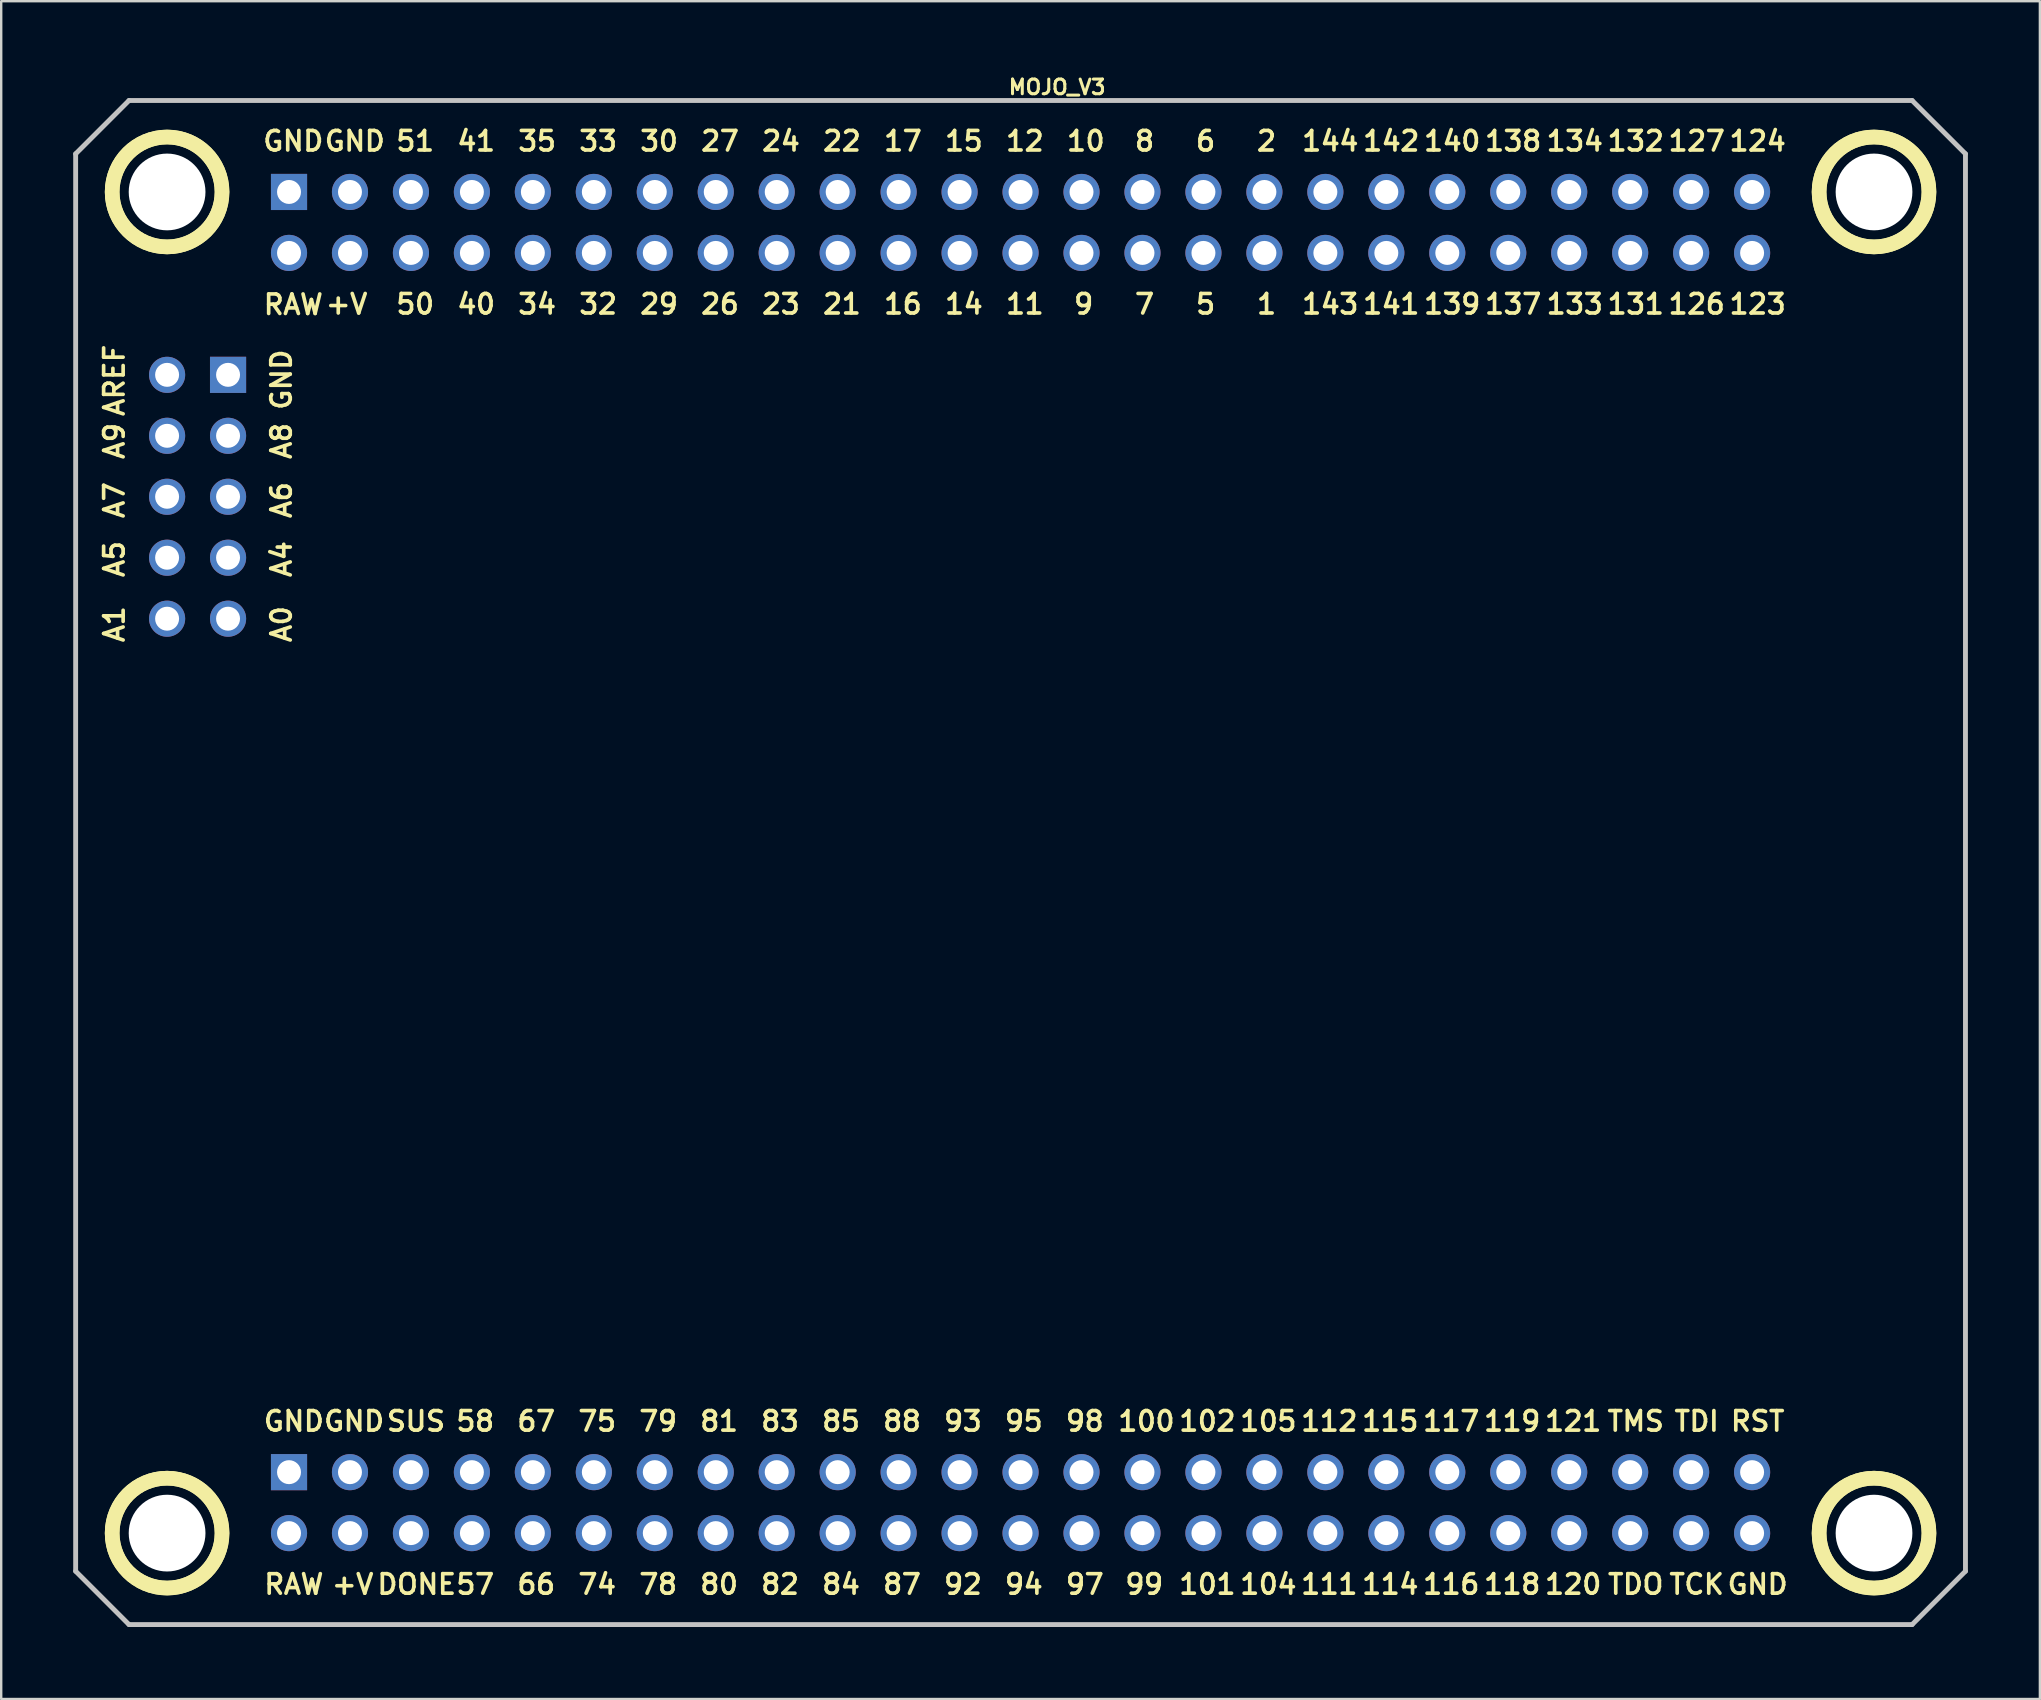
<source format=kicad_pcb>
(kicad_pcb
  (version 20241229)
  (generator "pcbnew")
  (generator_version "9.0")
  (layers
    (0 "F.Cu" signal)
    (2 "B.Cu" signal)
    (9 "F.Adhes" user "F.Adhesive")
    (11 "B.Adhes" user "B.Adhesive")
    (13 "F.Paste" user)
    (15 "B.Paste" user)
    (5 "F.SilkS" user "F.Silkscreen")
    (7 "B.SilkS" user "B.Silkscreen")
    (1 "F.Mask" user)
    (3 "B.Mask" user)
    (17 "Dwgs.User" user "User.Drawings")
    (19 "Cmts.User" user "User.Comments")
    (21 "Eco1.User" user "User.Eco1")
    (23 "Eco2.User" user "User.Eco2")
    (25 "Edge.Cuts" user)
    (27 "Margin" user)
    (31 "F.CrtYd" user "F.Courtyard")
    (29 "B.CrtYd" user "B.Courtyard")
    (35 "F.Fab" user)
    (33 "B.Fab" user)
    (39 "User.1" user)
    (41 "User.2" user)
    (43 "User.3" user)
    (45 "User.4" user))
  (footprint "MOJO_V3"
    (layer "F.Cu")
    (at 39.472 31.618)
    (property "Reference" "MOJO_V3" (at 1.524 -31.039 0) (layer "F.SilkS") (effects (font (size 0.61 0.61) (thickness 0.127))))
    (attr exclude_from_pos_files exclude_from_bom)
    (fp_circle (center -35.56 -26.67) (end -35.56 -28.959) (stroke (width 0.61) (type solid)) (fill no) (layer "F.SilkS"))
    (fp_circle (center -35.56 -26.67) (end -35.56 -28.959) (stroke (width 0.61) (type solid)) (fill no) (layer "F.SilkS"))
    (fp_circle (center -35.56 29.21) (end -35.56 26.921) (stroke (width 0.61) (type solid)) (fill no) (layer "F.SilkS"))
    (fp_circle (center -35.56 29.21) (end -35.56 26.921) (stroke (width 0.61) (type solid)) (fill no) (layer "F.SilkS"))
    (fp_circle (center 35.56 -26.67) (end 35.56 -28.959) (stroke (width 0.61) (type solid)) (fill no) (layer "F.SilkS"))
    (fp_circle (center 35.56 -26.67) (end 35.56 -28.959) (stroke (width 0.61) (type solid)) (fill no) (layer "F.SilkS"))
    (fp_circle (center 35.56 29.21) (end 35.56 26.921) (stroke (width 0.61) (type solid)) (fill no) (layer "F.SilkS"))
    (fp_circle (center 35.56 29.21) (end 35.56 26.921) (stroke (width 0.61) (type solid)) (fill no) (layer "F.SilkS"))
    (fp_line (start -39.37 -28.258) (end -39.37 30.797) (stroke (width 0.203) (type solid)) (layer "Dwgs.User"))
    (fp_line (start -39.37 30.797) (end -37.148 33.02) (stroke (width 0.203) (type solid)) (layer "Dwgs.User"))
    (fp_line (start -37.148 -30.48) (end -39.37 -28.258) (stroke (width 0.203) (type solid)) (layer "Dwgs.User"))
    (fp_line (start -37.148 33.02) (end 37.148 33.02) (stroke (width 0.203) (type solid)) (layer "Dwgs.User"))
    (fp_line (start 37.148 -30.48) (end -37.148 -30.48) (stroke (width 0.203) (type solid)) (layer "Dwgs.User"))
    (fp_line (start 37.148 33.02) (end 39.37 30.797) (stroke (width 0.203) (type solid)) (layer "Dwgs.User"))
    (fp_line (start 39.37 -28.258) (end 37.148 -30.48) (stroke (width 0.203) (type solid)) (layer "Dwgs.User"))
    (fp_line (start 39.37 30.797) (end 39.37 -28.258) (stroke (width 0.203) (type solid)) (layer "Dwgs.User"))
    (fp_text user "112" (at 12.863 24.549 0) (layer "F.SilkS") (effects (font (size 0.813 0.813) (thickness 0.152))))
    (fp_text user "124" (at 30.711 -28.788 0) (layer "F.SilkS") (effects (font (size 0.813 0.813) (thickness 0.152))))
    (fp_text user "97" (at 2.677 31.344 0) (layer "F.SilkS") (effects (font (size 0.813 0.813) (thickness 0.152))))
    (fp_text user "A5" (at -37.76 -11.372 270) (layer "F.SilkS") (effects (font (size 0.813 0.813) (thickness 0.152))))
    (fp_text user "140" (at 17.983 -28.788 0) (layer "F.SilkS") (effects (font (size 0.813 0.813) (thickness 0.152))))
    (fp_text user "78" (at -15.1 31.344 0) (layer "F.SilkS") (effects (font (size 0.813 0.813) (thickness 0.152))))
    (fp_text user "118" (at 20.483 31.344 0) (layer "F.SilkS") (effects (font (size 0.813 0.813) (thickness 0.152))))
    (fp_text user "92" (at -2.4 31.344 0) (layer "F.SilkS") (effects (font (size 0.813 0.813) (thickness 0.152))))
    (fp_text user "AREF" (at -37.76 -18.819 270) (layer "F.SilkS") (effects (font (size 0.813 0.813) (thickness 0.152))))
    (fp_text user "21" (at -7.442 -21.996 0) (layer "F.SilkS") (effects (font (size 0.813 0.813) (thickness 0.152))))
    (fp_text user "119" (at 20.483 24.549 0) (layer "F.SilkS") (effects (font (size 0.813 0.813) (thickness 0.152))))
    (fp_text user "GND" (at -30.797 -18.849 270) (layer "F.SilkS") (effects (font (size 0.813 0.813) (thickness 0.152))))
    (fp_text user "139" (at 17.983 -21.996 0) (layer "F.SilkS") (effects (font (size 0.813 0.813) (thickness 0.152))))
    (fp_text user "23" (at -9.982 -21.996 0) (layer "F.SilkS") (effects (font (size 0.813 0.813) (thickness 0.152))))
    (fp_text user "A8" (at -30.797 -16.292 270) (layer "F.SilkS") (effects (font (size 0.813 0.813) (thickness 0.152))))
    (fp_text user "RAW" (at -30.302 -21.976 0) (layer "F.SilkS") (effects (font (size 0.813 0.813) (thickness 0.152))))
    (fp_text user "+V" (at -28.08 -21.996 0) (layer "F.SilkS") (effects (font (size 0.813 0.813) (thickness 0.152))))
    (fp_text user "116" (at 17.943 31.344 0) (layer "F.SilkS") (effects (font (size 0.813 0.813) (thickness 0.152))))
    (fp_text user "105" (at 10.323 24.549 0) (layer "F.SilkS") (effects (font (size 0.813 0.813) (thickness 0.152))))
    (fp_text user "GND" (at -27.767 24.549 0) (layer "F.SilkS") (effects (font (size 0.813 0.813) (thickness 0.152))))
    (fp_text user "GND" (at -30.302 -28.788 0) (layer "F.SilkS") (effects (font (size 0.813 0.813) (thickness 0.152))))
    (fp_text user "A6" (at -30.797 -13.83 270) (layer "F.SilkS") (effects (font (size 0.813 0.813) (thickness 0.152))))
    (fp_text user "67" (at -20.18 24.549 0) (layer "F.SilkS") (effects (font (size 0.813 0.813) (thickness 0.152))))
    (fp_text user "1" (at 10.249 -21.996 0) (layer "F.SilkS") (effects (font (size 0.813 0.813) (thickness 0.152))))
    (fp_text user "57" (at -22.72 31.344 0) (layer "F.SilkS") (effects (font (size 0.813 0.813) (thickness 0.152))))
    (fp_text user "TMS" (at 25.631 24.549 0) (layer "F.SilkS") (effects (font (size 0.813 0.813) (thickness 0.152))))
    (fp_text user "TCK" (at 28.171 31.344 0) (layer "F.SilkS") (effects (font (size 0.813 0.813) (thickness 0.152))))
    (fp_text user "99" (at 5.154 31.344 0) (layer "F.SilkS") (effects (font (size 0.813 0.813) (thickness 0.152))))
    (fp_text user "82" (at -10.02 31.344 0) (layer "F.SilkS") (effects (font (size 0.813 0.813) (thickness 0.152))))
    (fp_text user "101" (at 7.783 31.344 0) (layer "F.SilkS") (effects (font (size 0.813 0.813) (thickness 0.152))))
    (fp_text user "141" (at 15.443 -21.996 0) (layer "F.SilkS") (effects (font (size 0.813 0.813) (thickness 0.152))))
    (fp_text user "8" (at 5.166 -28.788 0) (layer "F.SilkS") (effects (font (size 0.813 0.813) (thickness 0.152))))
    (fp_text user "A7" (at -37.76 -13.83 270) (layer "F.SilkS") (effects (font (size 0.813 0.813) (thickness 0.152))))
    (fp_text user "84" (at -7.48 31.344 0) (layer "F.SilkS") (effects (font (size 0.813 0.813) (thickness 0.152))))
    (fp_text user "A9" (at -37.76 -16.292 270) (layer "F.SilkS") (effects (font (size 0.813 0.813) (thickness 0.152))))
    (fp_text user "98" (at 2.677 24.549 0) (layer "F.SilkS") (effects (font (size 0.813 0.813) (thickness 0.152))))
    (fp_text user "+V" (at -27.828 31.344 0) (layer "F.SilkS") (effects (font (size 0.813 0.813) (thickness 0.152))))
    (fp_text user "24" (at -9.982 -28.788 0) (layer "F.SilkS") (effects (font (size 0.813 0.813) (thickness 0.152))))
    (fp_text user "114" (at 15.403 31.344 0) (layer "F.SilkS") (effects (font (size 0.813 0.813) (thickness 0.152))))
    (fp_text user "137" (at 20.523 -21.996 0) (layer "F.SilkS") (effects (font (size 0.813 0.813) (thickness 0.152))))
    (fp_text user "132" (at 25.631 -28.788 0) (layer "F.SilkS") (effects (font (size 0.813 0.813) (thickness 0.152))))
    (fp_text user "15" (at -2.362 -28.788 0) (layer "F.SilkS") (effects (font (size 0.813 0.813) (thickness 0.152))))
    (fp_text user "143" (at 12.903 -21.996 0) (layer "F.SilkS") (effects (font (size 0.813 0.813) (thickness 0.152))))
    (fp_text user "17" (at -4.902 -28.788 0) (layer "F.SilkS") (effects (font (size 0.813 0.813) (thickness 0.152))))
    (fp_text user "9" (at 2.629 -21.996 0) (layer "F.SilkS") (effects (font (size 0.813 0.813) (thickness 0.152))))
    (fp_text user "29" (at -15.062 -21.996 0) (layer "F.SilkS") (effects (font (size 0.813 0.813) (thickness 0.152))))
    (fp_text user "7" (at 5.166 -21.996 0) (layer "F.SilkS") (effects (font (size 0.813 0.813) (thickness 0.152))))
    (fp_text user "58" (at -22.72 24.549 0) (layer "F.SilkS") (effects (font (size 0.813 0.813) (thickness 0.152))))
    (fp_text user "11" (at 0.178 -21.996 0) (layer "F.SilkS") (effects (font (size 0.813 0.813) (thickness 0.152))))
    (fp_text user "GND" (at -27.739 -28.788 0) (layer "F.SilkS") (effects (font (size 0.813 0.813) (thickness 0.152))))
    (fp_text user "66" (at -20.18 31.344 0) (layer "F.SilkS") (effects (font (size 0.813 0.813) (thickness 0.152))))
    (fp_text user "RAW" (at -30.279 31.344 0) (layer "F.SilkS") (effects (font (size 0.813 0.813) (thickness 0.152))))
    (fp_text user "A1" (at -37.76 -8.661 270) (layer "F.SilkS") (effects (font (size 0.813 0.813) (thickness 0.152))))
    (fp_text user "88" (at -4.94 24.549 0) (layer "F.SilkS") (effects (font (size 0.813 0.813) (thickness 0.152))))
    (fp_text user "121" (at 23.023 24.549 0) (layer "F.SilkS") (effects (font (size 0.813 0.813) (thickness 0.152))))
    (fp_text user "120" (at 23.023 31.344 0) (layer "F.SilkS") (effects (font (size 0.813 0.813) (thickness 0.152))))
    (fp_text user "127" (at 28.171 -28.788 0) (layer "F.SilkS") (effects (font (size 0.813 0.813) (thickness 0.152))))
    (fp_text user "117" (at 17.943 24.549 0) (layer "F.SilkS") (effects (font (size 0.813 0.813) (thickness 0.152))))
    (fp_text user "102" (at 7.783 24.549 0) (layer "F.SilkS") (effects (font (size 0.813 0.813) (thickness 0.152))))
    (fp_text user "94" (at 0.137 31.344 0) (layer "F.SilkS") (effects (font (size 0.813 0.813) (thickness 0.152))))
    (fp_text user "2" (at 10.249 -28.788 0) (layer "F.SilkS") (effects (font (size 0.813 0.813) (thickness 0.152))))
    (fp_text user "22" (at -7.442 -28.788 0) (layer "F.SilkS") (effects (font (size 0.813 0.813) (thickness 0.152))))
    (fp_text user "134" (at 23.091 -28.788 0) (layer "F.SilkS") (effects (font (size 0.813 0.813) (thickness 0.152))))
    (fp_text user "74" (at -17.64 31.344 0) (layer "F.SilkS") (effects (font (size 0.813 0.813) (thickness 0.152))))
    (fp_text user "32" (at -17.6 -21.996 0) (layer "F.SilkS") (effects (font (size 0.813 0.813) (thickness 0.152))))
    (fp_text user "34" (at -20.142 -21.996 0) (layer "F.SilkS") (effects (font (size 0.813 0.813) (thickness 0.152))))
    (fp_text user "85" (at -7.48 24.549 0) (layer "F.SilkS") (effects (font (size 0.813 0.813) (thickness 0.152))))
    (fp_text user "87" (at -4.94 31.344 0) (layer "F.SilkS") (effects (font (size 0.813 0.813) (thickness 0.152))))
    (fp_text user "6" (at 7.709 -28.788 0) (layer "F.SilkS") (effects (font (size 0.813 0.813) (thickness 0.152))))
    (fp_text user "26" (at -12.522 -21.996 0) (layer "F.SilkS") (effects (font (size 0.813 0.813) (thickness 0.152))))
    (fp_text user "A4" (at -30.797 -11.372 270) (layer "F.SilkS") (effects (font (size 0.813 0.813) (thickness 0.152))))
    (fp_text user "16" (at -4.902 -21.996 0) (layer "F.SilkS") (effects (font (size 0.813 0.813) (thickness 0.152))))
    (fp_text user "95" (at 0.137 24.549 0) (layer "F.SilkS") (effects (font (size 0.813 0.813) (thickness 0.152))))
    (fp_text user "142" (at 15.443 -28.788 0) (layer "F.SilkS") (effects (font (size 0.813 0.813) (thickness 0.152))))
    (fp_text user "51" (at -25.222 -28.788 0) (layer "F.SilkS") (effects (font (size 0.813 0.813) (thickness 0.152))))
    (fp_text user "27" (at -12.522 -28.788 0) (layer "F.SilkS") (effects (font (size 0.813 0.813) (thickness 0.152))))
    (fp_text user "138" (at 20.523 -28.788 0) (layer "F.SilkS") (effects (font (size 0.813 0.813) (thickness 0.152))))
    (fp_text user "93" (at -2.4 24.549 0) (layer "F.SilkS") (effects (font (size 0.813 0.813) (thickness 0.152))))
    (fp_text user "133" (at 23.091 -21.996 0) (layer "F.SilkS") (effects (font (size 0.813 0.813) (thickness 0.152))))
    (fp_text user "SUS" (at -25.189 24.549 0) (layer "F.SilkS") (effects (font (size 0.813 0.813) (thickness 0.152))))
    (fp_text user "RST" (at 30.711 24.549 0) (layer "F.SilkS") (effects (font (size 0.813 0.813) (thickness 0.152))))
    (fp_text user "104" (at 10.323 31.344 0) (layer "F.SilkS") (effects (font (size 0.813 0.813) (thickness 0.152))))
    (fp_text user "GND" (at 30.711 31.344 0) (layer "F.SilkS") (effects (font (size 0.813 0.813) (thickness 0.152))))
    (fp_text user "83" (at -10.02 24.549 0) (layer "F.SilkS") (effects (font (size 0.813 0.813) (thickness 0.152))))
    (fp_text user "GND" (at -30.277 24.549 0) (layer "F.SilkS") (effects (font (size 0.813 0.813) (thickness 0.152))))
    (fp_text user "80" (at -12.56 31.344 0) (layer "F.SilkS") (effects (font (size 0.813 0.813) (thickness 0.152))))
    (fp_text user "100" (at 5.243 24.549 0) (layer "F.SilkS") (effects (font (size 0.813 0.813) (thickness 0.152))))
    (fp_text user "5" (at 7.709 -21.996 0) (layer "F.SilkS") (effects (font (size 0.813 0.813) (thickness 0.152))))
    (fp_text user "115" (at 15.403 24.549 0) (layer "F.SilkS") (effects (font (size 0.813 0.813) (thickness 0.152))))
    (fp_text user "DONE" (at -25.159 31.344 0) (layer "F.SilkS") (effects (font (size 0.813 0.813) (thickness 0.152))))
    (fp_text user "33" (at -17.6 -28.788 0) (layer "F.SilkS") (effects (font (size 0.813 0.813) (thickness 0.152))))
    (fp_text user "40" (at -22.682 -21.996 0) (layer "F.SilkS") (effects (font (size 0.813 0.813) (thickness 0.152))))
    (fp_text user "35" (at -20.142 -28.788 0) (layer "F.SilkS") (effects (font (size 0.813 0.813) (thickness 0.152))))
    (fp_text user "111" (at 12.863 31.344 0) (layer "F.SilkS") (effects (font (size 0.813 0.813) (thickness 0.152))))
    (fp_text user "75" (at -17.64 24.549 0) (layer "F.SilkS") (effects (font (size 0.813 0.813) (thickness 0.152))))
    (fp_text user "144" (at 12.903 -28.788 0) (layer "F.SilkS") (effects (font (size 0.813 0.813) (thickness 0.152))))
    (fp_text user "123" (at 30.711 -21.996 0) (layer "F.SilkS") (effects (font (size 0.813 0.813) (thickness 0.152))))
    (fp_text user "30" (at -15.062 -28.788 0) (layer "F.SilkS") (effects (font (size 0.813 0.813) (thickness 0.152))))
    (fp_text user "41" (at -22.682 -28.788 0) (layer "F.SilkS") (effects (font (size 0.813 0.813) (thickness 0.152))))
    (fp_text user "10" (at 2.718 -28.788 0) (layer "F.SilkS") (effects (font (size 0.813 0.813) (thickness 0.152))))
    (fp_text user "TDI" (at 28.171 24.549 0) (layer "F.SilkS") (effects (font (size 0.813 0.813) (thickness 0.152))))
    (fp_text user "126" (at 28.171 -21.996 0) (layer "F.SilkS") (effects (font (size 0.813 0.813) (thickness 0.152))))
    (fp_text user "79" (at -15.1 24.549 0) (layer "F.SilkS") (effects (font (size 0.813 0.813) (thickness 0.152))))
    (fp_text user "81" (at -12.56 24.549 0) (layer "F.SilkS") (effects (font (size 0.813 0.813) (thickness 0.152))))
    (fp_text user "A0" (at -30.797 -8.661 270) (layer "F.SilkS") (effects (font (size 0.813 0.813) (thickness 0.152))))
    (fp_text user "14" (at -2.362 -21.996 0) (layer "F.SilkS") (effects (font (size 0.813 0.813) (thickness 0.152))))
    (fp_text user "131" (at 25.631 -21.996 0) (layer "F.SilkS") (effects (font (size 0.813 0.813) (thickness 0.152))))
    (fp_text user "TDO" (at 25.631 31.344 0) (layer "F.SilkS") (effects (font (size 0.813 0.813) (thickness 0.152))))
    (fp_text user "50" (at -25.222 -21.996 0) (layer "F.SilkS") (effects (font (size 0.813 0.813) (thickness 0.152))))
    (fp_text user "12" (at 0.178 -28.788 0) (layer "F.SilkS") (effects (font (size 0.813 0.813) (thickness 0.152))))
    (pad "" np_thru_hole circle (at -35.56 -26.67) (size 3.198 3.198) (drill 3.198) (layers "*.Cu" "*.Mask"))
    (pad "" np_thru_hole circle (at -35.56 29.21) (size 3.198 3.198) (drill 3.198) (layers "*.Cu" "*.Mask"))
    (pad "" np_thru_hole circle (at 35.56 -26.67) (size 3.198 3.198) (drill 3.198) (layers "*.Cu" "*.Mask"))
    (pad "" np_thru_hole circle (at 35.56 29.21) (size 3.198 3.198) (drill 3.198) (layers "*.Cu" "*.Mask"))
    (pad "1" thru_hole circle (at 10.16 -24.13) (size 1.506 1.506) (drill 0.998) (layers "*.Cu" "*.Paste" "*.Mask"))
    (pad "2" thru_hole circle (at 10.16 -26.67) (size 1.506 1.506) (drill 0.998) (layers "*.Cu" "*.Paste" "*.Mask"))
    (pad "5" thru_hole circle (at 7.62 -24.13) (size 1.506 1.506) (drill 0.998) (layers "*.Cu" "*.Paste" "*.Mask"))
    (pad "6" thru_hole circle (at 7.62 -26.67) (size 1.506 1.506) (drill 0.998) (layers "*.Cu" "*.Paste" "*.Mask"))
    (pad "7" thru_hole circle (at 5.08 -24.13) (size 1.506 1.506) (drill 0.998) (layers "*.Cu" "*.Paste" "*.Mask"))
    (pad "8" thru_hole circle (at 5.08 -26.67) (size 1.506 1.506) (drill 0.998) (layers "*.Cu" "*.Paste" "*.Mask"))
    (pad "9" thru_hole circle (at 2.54 -24.13) (size 1.506 1.506) (drill 0.998) (layers "*.Cu" "*.Paste" "*.Mask"))
    (pad "10" thru_hole circle (at 2.54 -26.67) (size 1.506 1.506) (drill 0.998) (layers "*.Cu" "*.Paste" "*.Mask"))
    (pad "11" thru_hole circle (at 0 -24.13) (size 1.506 1.506) (drill 0.998) (layers "*.Cu" "*.Paste" "*.Mask"))
    (pad "12" thru_hole circle (at 0 -26.67) (size 1.506 1.506) (drill 0.998) (layers "*.Cu" "*.Paste" "*.Mask"))
    (pad "14" thru_hole circle (at -2.54 -24.13) (size 1.506 1.506) (drill 0.998) (layers "*.Cu" "*.Paste" "*.Mask"))
    (pad "15" thru_hole circle (at -2.54 -26.67) (size 1.506 1.506) (drill 0.998) (layers "*.Cu" "*.Paste" "*.Mask"))
    (pad "16" thru_hole circle (at -5.08 -24.13) (size 1.506 1.506) (drill 0.998) (layers "*.Cu" "*.Paste" "*.Mask"))
    (pad "17" thru_hole circle (at -5.08 -26.67) (size 1.506 1.506) (drill 0.998) (layers "*.Cu" "*.Paste" "*.Mask"))
    (pad "21" thru_hole circle (at -7.62 -24.13) (size 1.506 1.506) (drill 0.998) (layers "*.Cu" "*.Paste" "*.Mask"))
    (pad "22" thru_hole circle (at -7.62 -26.67) (size 1.506 1.506) (drill 0.998) (layers "*.Cu" "*.Paste" "*.Mask"))
    (pad "23" thru_hole circle (at -10.16 -24.13) (size 1.506 1.506) (drill 0.998) (layers "*.Cu" "*.Paste" "*.Mask"))
    (pad "24" thru_hole circle (at -10.16 -26.67) (size 1.506 1.506) (drill 0.998) (layers "*.Cu" "*.Paste" "*.Mask"))
    (pad "26" thru_hole circle (at -12.7 -24.13) (size 1.506 1.506) (drill 0.998) (layers "*.Cu" "*.Paste" "*.Mask"))
    (pad "27" thru_hole circle (at -12.7 -26.67) (size 1.506 1.506) (drill 0.998) (layers "*.Cu" "*.Paste" "*.Mask"))
    (pad "29" thru_hole circle (at -15.24 -24.13) (size 1.506 1.506) (drill 0.998) (layers "*.Cu" "*.Paste" "*.Mask"))
    (pad "30" thru_hole circle (at -15.24 -26.67) (size 1.506 1.506) (drill 0.998) (layers "*.Cu" "*.Paste" "*.Mask"))
    (pad "32" thru_hole circle (at -17.78 -24.13) (size 1.506 1.506) (drill 0.998) (layers "*.Cu" "*.Paste" "*.Mask"))
    (pad "33" thru_hole circle (at -17.78 -26.67) (size 1.506 1.506) (drill 0.998) (layers "*.Cu" "*.Paste" "*.Mask"))
    (pad "34" thru_hole circle (at -20.32 -24.13) (size 1.506 1.506) (drill 0.998) (layers "*.Cu" "*.Paste" "*.Mask"))
    (pad "35" thru_hole circle (at -20.32 -26.67) (size 1.506 1.506) (drill 0.998) (layers "*.Cu" "*.Paste" "*.Mask"))
    (pad "40" thru_hole circle (at -22.86 -24.13) (size 1.506 1.506) (drill 0.998) (layers "*.Cu" "*.Paste" "*.Mask"))
    (pad "41" thru_hole circle (at -22.86 -26.67) (size 1.506 1.506) (drill 0.998) (layers "*.Cu" "*.Paste" "*.Mask"))
    (pad "50" thru_hole circle (at -25.4 -24.13) (size 1.506 1.506) (drill 0.998) (layers "*.Cu" "*.Paste" "*.Mask"))
    (pad "51" thru_hole circle (at -25.4 -26.67) (size 1.506 1.506) (drill 0.998) (layers "*.Cu" "*.Paste" "*.Mask"))
    (pad "57" thru_hole circle (at -22.86 29.21) (size 1.506 1.506) (drill 0.998) (layers "*.Cu" "*.Paste" "*.Mask"))
    (pad "58" thru_hole circle (at -22.86 26.67) (size 1.506 1.506) (drill 0.998) (layers "*.Cu" "*.Paste" "*.Mask"))
    (pad "66" thru_hole circle (at -20.32 29.21) (size 1.506 1.506) (drill 0.998) (layers "*.Cu" "*.Paste" "*.Mask"))
    (pad "67" thru_hole circle (at -20.32 26.67) (size 1.506 1.506) (drill 0.998) (layers "*.Cu" "*.Paste" "*.Mask"))
    (pad "74" thru_hole circle (at -17.78 29.21) (size 1.506 1.506) (drill 0.998) (layers "*.Cu" "*.Paste" "*.Mask"))
    (pad "75" thru_hole circle (at -17.78 26.67) (size 1.506 1.506) (drill 0.998) (layers "*.Cu" "*.Paste" "*.Mask"))
    (pad "78" thru_hole circle (at -15.24 29.21) (size 1.506 1.506) (drill 0.998) (layers "*.Cu" "*.Paste" "*.Mask"))
    (pad "79" thru_hole circle (at -15.24 26.67) (size 1.506 1.506) (drill 0.998) (layers "*.Cu" "*.Paste" "*.Mask"))
    (pad "80" thru_hole circle (at -12.7 29.21) (size 1.506 1.506) (drill 0.998) (layers "*.Cu" "*.Paste" "*.Mask"))
    (pad "81" thru_hole circle (at -12.7 26.67) (size 1.506 1.506) (drill 0.998) (layers "*.Cu" "*.Paste" "*.Mask"))
    (pad "82" thru_hole circle (at -10.16 29.21) (size 1.506 1.506) (drill 0.998) (layers "*.Cu" "*.Paste" "*.Mask"))
    (pad "83" thru_hole circle (at -10.16 26.67) (size 1.506 1.506) (drill 0.998) (layers "*.Cu" "*.Paste" "*.Mask"))
    (pad "84" thru_hole circle (at -7.62 29.21) (size 1.506 1.506) (drill 0.998) (layers "*.Cu" "*.Paste" "*.Mask"))
    (pad "85" thru_hole circle (at -7.62 26.67) (size 1.506 1.506) (drill 0.998) (layers "*.Cu" "*.Paste" "*.Mask"))
    (pad "87" thru_hole circle (at -5.08 29.21) (size 1.506 1.506) (drill 0.998) (layers "*.Cu" "*.Paste" "*.Mask"))
    (pad "88" thru_hole circle (at -5.08 26.67) (size 1.506 1.506) (drill 0.998) (layers "*.Cu" "*.Paste" "*.Mask"))
    (pad "92" thru_hole circle (at -2.54 29.21) (size 1.506 1.506) (drill 0.998) (layers "*.Cu" "*.Paste" "*.Mask"))
    (pad "93" thru_hole circle (at -2.54 26.67) (size 1.506 1.506) (drill 0.998) (layers "*.Cu" "*.Paste" "*.Mask"))
    (pad "94" thru_hole circle (at 0 29.21) (size 1.506 1.506) (drill 0.998) (layers "*.Cu" "*.Paste" "*.Mask"))
    (pad "95" thru_hole circle (at 0 26.67) (size 1.506 1.506) (drill 0.998) (layers "*.Cu" "*.Paste" "*.Mask"))
    (pad "97" thru_hole circle (at 2.54 29.21) (size 1.506 1.506) (drill 0.998) (layers "*.Cu" "*.Paste" "*.Mask"))
    (pad "98" thru_hole circle (at 2.54 26.67) (size 1.506 1.506) (drill 0.998) (layers "*.Cu" "*.Paste" "*.Mask"))
    (pad "99" thru_hole circle (at 5.08 29.21) (size 1.506 1.506) (drill 0.998) (layers "*.Cu" "*.Paste" "*.Mask"))
    (pad "100" thru_hole circle (at 5.08 26.67) (size 1.506 1.506) (drill 0.998) (layers "*.Cu" "*.Paste" "*.Mask"))
    (pad "101" thru_hole circle (at 7.62 29.21) (size 1.506 1.506) (drill 0.998) (layers "*.Cu" "*.Paste" "*.Mask"))
    (pad "102" thru_hole circle (at 7.62 26.67) (size 1.506 1.506) (drill 0.998) (layers "*.Cu" "*.Paste" "*.Mask"))
    (pad "104" thru_hole circle (at 10.16 29.21) (size 1.506 1.506) (drill 0.998) (layers "*.Cu" "*.Paste" "*.Mask"))
    (pad "105" thru_hole circle (at 10.16 26.67) (size 1.506 1.506) (drill 0.998) (layers "*.Cu" "*.Paste" "*.Mask"))
    (pad "111" thru_hole circle (at 12.7 29.21) (size 1.506 1.506) (drill 0.998) (layers "*.Cu" "*.Paste" "*.Mask"))
    (pad "112" thru_hole circle (at 12.7 26.67) (size 1.506 1.506) (drill 0.998) (layers "*.Cu" "*.Paste" "*.Mask"))
    (pad "114" thru_hole circle (at 15.24 29.21) (size 1.506 1.506) (drill 0.998) (layers "*.Cu" "*.Paste" "*.Mask"))
    (pad "115" thru_hole circle (at 15.24 26.67) (size 1.506 1.506) (drill 0.998) (layers "*.Cu" "*.Paste" "*.Mask"))
    (pad "116" thru_hole circle (at 17.78 29.21) (size 1.506 1.506) (drill 0.998) (layers "*.Cu" "*.Paste" "*.Mask"))
    (pad "117" thru_hole circle (at 17.78 26.67) (size 1.506 1.506) (drill 0.998) (layers "*.Cu" "*.Paste" "*.Mask"))
    (pad "118" thru_hole circle (at 20.32 29.21) (size 1.506 1.506) (drill 0.998) (layers "*.Cu" "*.Paste" "*.Mask"))
    (pad "119" thru_hole circle (at 20.32 26.67) (size 1.506 1.506) (drill 0.998) (layers "*.Cu" "*.Paste" "*.Mask"))
    (pad "120" thru_hole circle (at 22.86 29.21) (size 1.506 1.506) (drill 0.998) (layers "*.Cu" "*.Paste" "*.Mask"))
    (pad "121" thru_hole circle (at 22.86 26.67) (size 1.506 1.506) (drill 0.998) (layers "*.Cu" "*.Paste" "*.Mask"))
    (pad "123" thru_hole circle (at 30.48 -24.13) (size 1.506 1.506) (drill 0.998) (layers "*.Cu" "*.Paste" "*.Mask"))
    (pad "124" thru_hole circle (at 30.48 -26.67) (size 1.506 1.506) (drill 0.998) (layers "*.Cu" "*.Paste" "*.Mask"))
    (pad "126" thru_hole circle (at 27.94 -24.13) (size 1.506 1.506) (drill 0.998) (layers "*.Cu" "*.Paste" "*.Mask"))
    (pad "127" thru_hole circle (at 27.94 -26.67) (size 1.506 1.506) (drill 0.998) (layers "*.Cu" "*.Paste" "*.Mask"))
    (pad "131" thru_hole circle (at 25.4 -24.13) (size 1.506 1.506) (drill 0.998) (layers "*.Cu" "*.Paste" "*.Mask"))
    (pad "132" thru_hole circle (at 25.4 -26.67) (size 1.506 1.506) (drill 0.998) (layers "*.Cu" "*.Paste" "*.Mask"))
    (pad "133" thru_hole circle (at 22.86 -24.13) (size 1.506 1.506) (drill 0.998) (layers "*.Cu" "*.Paste" "*.Mask"))
    (pad "134" thru_hole circle (at 22.86 -26.67) (size 1.506 1.506) (drill 0.998) (layers "*.Cu" "*.Paste" "*.Mask"))
    (pad "137" thru_hole circle (at 20.32 -24.13) (size 1.506 1.506) (drill 0.998) (layers "*.Cu" "*.Paste" "*.Mask"))
    (pad "138" thru_hole circle (at 20.32 -26.67) (size 1.506 1.506) (drill 0.998) (layers "*.Cu" "*.Paste" "*.Mask"))
    (pad "139" thru_hole circle (at 17.78 -24.13) (size 1.506 1.506) (drill 0.998) (layers "*.Cu" "*.Paste" "*.Mask"))
    (pad "140" thru_hole circle (at 17.78 -26.67) (size 1.506 1.506) (drill 0.998) (layers "*.Cu" "*.Paste" "*.Mask"))
    (pad "141" thru_hole circle (at 15.24 -24.13) (size 1.506 1.506) (drill 0.998) (layers "*.Cu" "*.Paste" "*.Mask"))
    (pad "142" thru_hole circle (at 15.24 -26.67) (size 1.506 1.506) (drill 0.998) (layers "*.Cu" "*.Paste" "*.Mask"))
    (pad "143" thru_hole circle (at 12.7 -24.13) (size 1.506 1.506) (drill 0.998) (layers "*.Cu" "*.Paste" "*.Mask"))
    (pad "144" thru_hole circle (at 12.7 -26.67) (size 1.506 1.506) (drill 0.998) (layers "*.Cu" "*.Paste" "*.Mask"))
    (pad "A0" thru_hole circle (at -33.02 -8.89) (size 1.506 1.506) (drill 0.998) (layers "*.Cu" "*.Paste" "*.Mask"))
    (pad "A1" thru_hole circle (at -35.56 -8.89) (size 1.506 1.506) (drill 0.998) (layers "*.Cu" "*.Paste" "*.Mask"))
    (pad "A4" thru_hole circle (at -33.02 -11.43) (size 1.506 1.506) (drill 0.998) (layers "*.Cu" "*.Paste" "*.Mask"))
    (pad "A5" thru_hole circle (at -35.56 -11.43) (size 1.506 1.506) (drill 0.998) (layers "*.Cu" "*.Paste" "*.Mask"))
    (pad "A6" thru_hole circle (at -33.02 -13.97) (size 1.506 1.506) (drill 0.998) (layers "*.Cu" "*.Paste" "*.Mask"))
    (pad "A7" thru_hole circle (at -35.56 -13.97) (size 1.506 1.506) (drill 0.998) (layers "*.Cu" "*.Paste" "*.Mask"))
    (pad "A8" thru_hole circle (at -33.02 -16.51) (size 1.506 1.506) (drill 0.998) (layers "*.Cu" "*.Paste" "*.Mask"))
    (pad "A9" thru_hole circle (at -35.56 -16.51) (size 1.506 1.506) (drill 0.998) (layers "*.Cu" "*.Paste" "*.Mask"))
    (pad "AREF" thru_hole circle (at -35.56 -19.05) (size 1.506 1.506) (drill 0.998) (layers "*.Cu" "*.Paste" "*.Mask"))
    (pad "DONE" thru_hole circle (at -25.4 29.21) (size 1.506 1.506) (drill 0.998) (layers "*.Cu" "*.Paste" "*.Mask"))
    (pad "GND@" thru_hole rect (at -33.02 -19.05) (size 1.506 1.506) (drill 0.998) (layers "*.Cu" "*.Paste" "*.Mask"))
    (pad "GND@" thru_hole rect (at -30.48 -26.67) (size 1.506 1.506) (drill 0.998) (layers "*.Cu" "*.Paste" "*.Mask"))
    (pad "GND@" thru_hole rect (at -30.48 26.67) (size 1.506 1.506) (drill 0.998) (layers "*.Cu" "*.Paste" "*.Mask"))
    (pad "GND@" thru_hole circle (at -27.94 -26.67) (size 1.506 1.506) (drill 0.998) (layers "*.Cu" "*.Paste" "*.Mask"))
    (pad "GND@" thru_hole circle (at -27.94 26.67) (size 1.506 1.506) (drill 0.998) (layers "*.Cu" "*.Paste" "*.Mask"))
    (pad "GND@" thru_hole circle (at 30.48 29.21) (size 1.506 1.506) (drill 0.998) (layers "*.Cu" "*.Paste" "*.Mask"))
    (pad "RAW@" thru_hole circle (at -30.48 -24.13) (size 1.506 1.506) (drill 0.998) (layers "*.Cu" "*.Paste" "*.Mask"))
    (pad "RAW@" thru_hole circle (at -30.48 29.21) (size 1.506 1.506) (drill 0.998) (layers "*.Cu" "*.Paste" "*.Mask"))
    (pad "RST" thru_hole circle (at 30.48 26.67) (size 1.506 1.506) (drill 0.998) (layers "*.Cu" "*.Paste" "*.Mask"))
    (pad "SUS" thru_hole circle (at -25.4 26.67) (size 1.506 1.506) (drill 0.998) (layers "*.Cu" "*.Paste" "*.Mask"))
    (pad "TCK" thru_hole circle (at 27.94 29.21) (size 1.506 1.506) (drill 0.998) (layers "*.Cu" "*.Paste" "*.Mask"))
    (pad "TDI" thru_hole circle (at 27.94 26.67) (size 1.506 1.506) (drill 0.998) (layers "*.Cu" "*.Paste" "*.Mask"))
    (pad "TDO" thru_hole circle (at 25.4 29.21) (size 1.506 1.506) (drill 0.998) (layers "*.Cu" "*.Paste" "*.Mask"))
    (pad "TMS" thru_hole circle (at 25.4 26.67) (size 1.506 1.506) (drill 0.998) (layers "*.Cu" "*.Paste" "*.Mask"))
    (pad "V@1" thru_hole circle (at -27.94 -24.13) (size 1.506 1.506) (drill 0.998) (layers "*.Cu" "*.Paste" "*.Mask"))
    (pad "V@2" thru_hole circle (at -27.94 29.21) (size 1.506 1.506) (drill 0.998) (layers "*.Cu" "*.Paste" "*.Mask")))
  (gr_rect
    (start -3 -3)
    (end 81.943 67.74)
    (stroke (width 0.1) (type default))
    (fill no)
    (layer "Edge.Cuts")))
</source>
